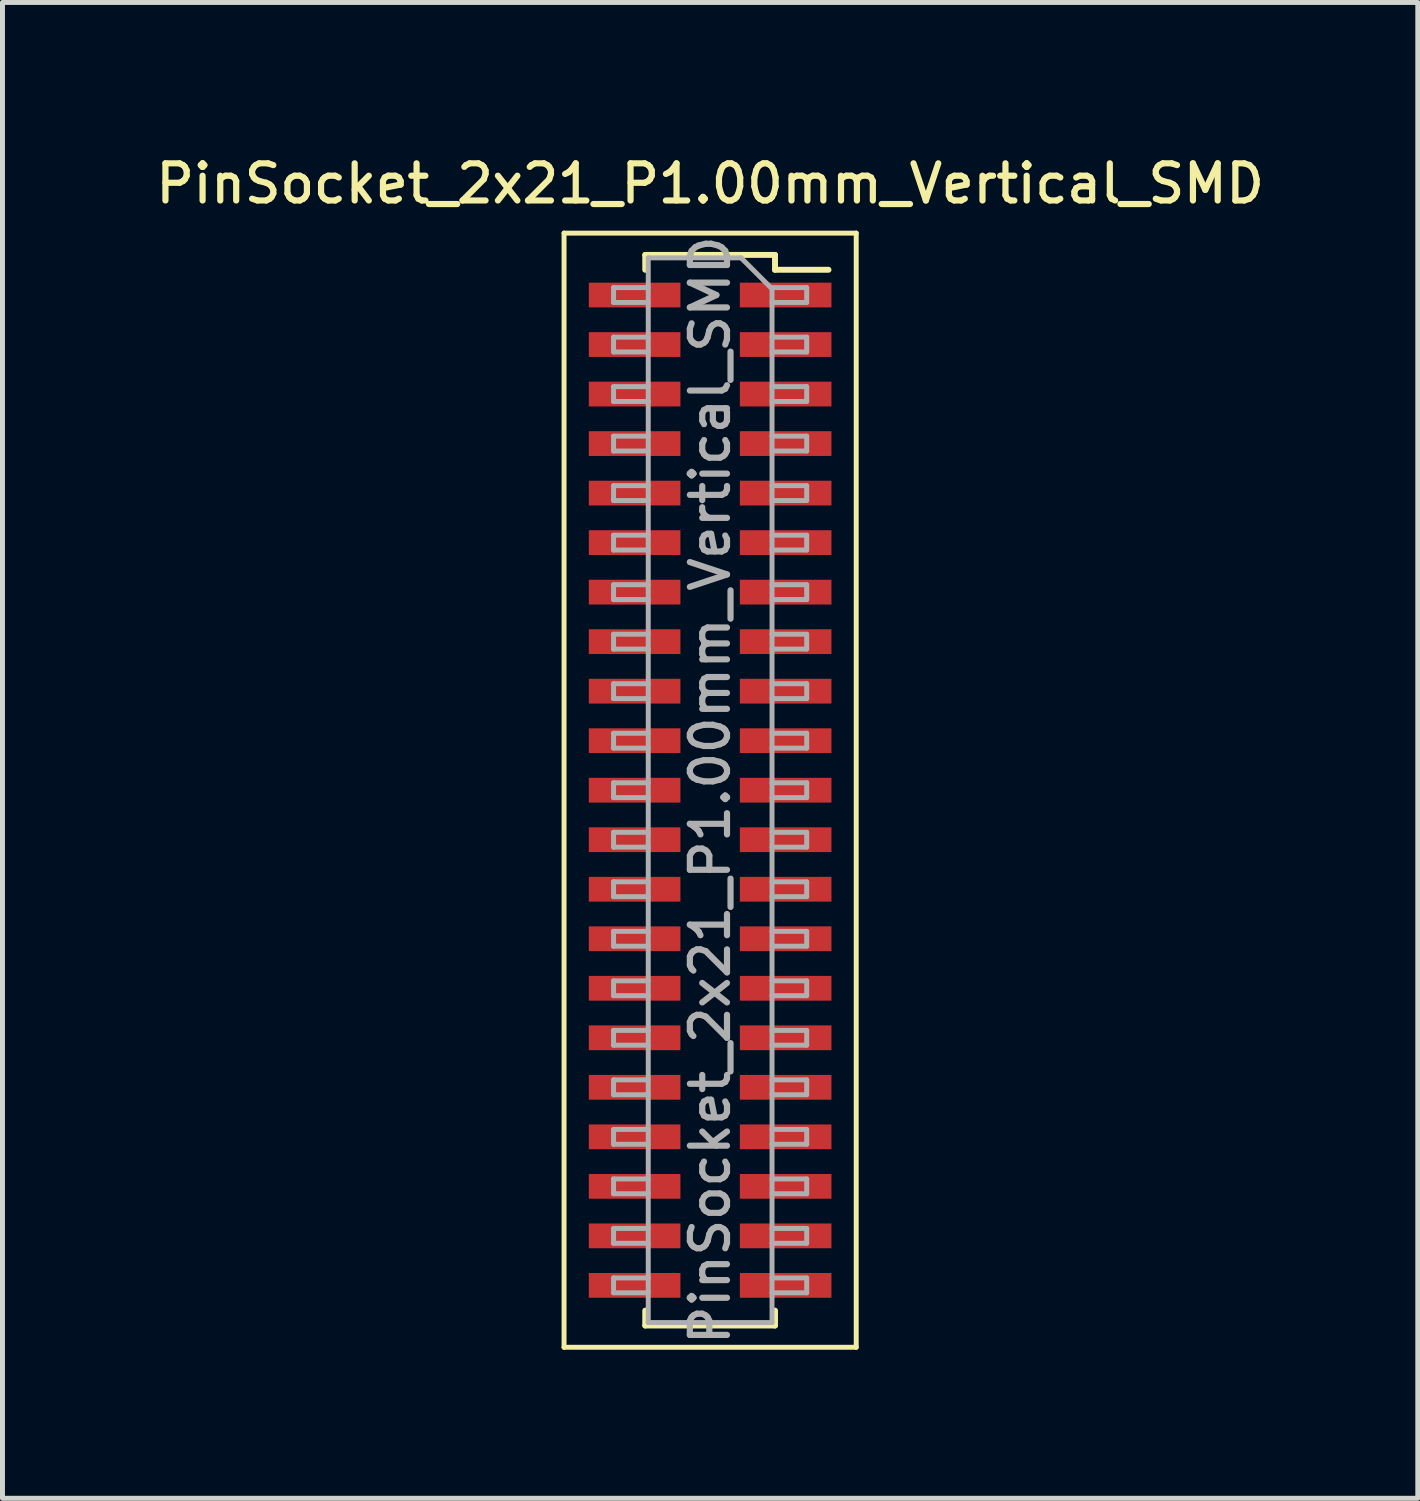
<source format=kicad_pcb>
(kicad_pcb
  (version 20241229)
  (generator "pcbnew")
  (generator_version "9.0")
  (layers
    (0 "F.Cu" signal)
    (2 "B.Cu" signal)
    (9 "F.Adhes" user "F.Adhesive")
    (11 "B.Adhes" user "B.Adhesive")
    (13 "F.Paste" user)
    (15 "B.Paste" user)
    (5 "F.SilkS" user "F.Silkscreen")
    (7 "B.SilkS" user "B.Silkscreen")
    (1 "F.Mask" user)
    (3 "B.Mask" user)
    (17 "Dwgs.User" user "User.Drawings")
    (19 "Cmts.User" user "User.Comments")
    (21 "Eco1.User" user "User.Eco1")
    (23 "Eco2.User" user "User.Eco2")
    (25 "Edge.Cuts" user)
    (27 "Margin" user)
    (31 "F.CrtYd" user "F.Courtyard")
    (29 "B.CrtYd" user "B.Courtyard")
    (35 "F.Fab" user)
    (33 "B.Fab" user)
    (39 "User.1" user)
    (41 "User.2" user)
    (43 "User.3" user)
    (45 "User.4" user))
  (footprint "PinSocket_2x21_P1.00mm_Vertical_SMD"
    (layer "F.Cu")
    (at 11.291 12.908)
    (property "Reference" "PinSocket_2x21_P1.00mm_Vertical_SMD" (at 0 -12.25 0) (layer "F.SilkS") (effects (font (size 0.75 0.75) (thickness 0.125))))
    (attr smd)
    (fp_line (start -2.95 -11.25) (end 2.95 -11.25) (stroke (width 0.1) (type solid)) (layer "F.SilkS"))
    (fp_line (start -2.95 11.25) (end -2.95 -11.25) (stroke (width 0.1) (type solid)) (layer "F.SilkS"))
    (fp_line (start -1.31 -10.81) (end -1.31 -10.51) (stroke (width 0.12) (type solid)) (layer "F.SilkS"))
    (fp_line (start -1.31 -10.81) (end 1.31 -10.81) (stroke (width 0.12) (type solid)) (layer "F.SilkS"))
    (fp_line (start -1.31 10.51) (end -1.31 10.81) (stroke (width 0.12) (type solid)) (layer "F.SilkS"))
    (fp_line (start -1.31 10.81) (end 1.31 10.81) (stroke (width 0.12) (type solid)) (layer "F.SilkS"))
    (fp_line (start 1.31 -10.81) (end 1.31 -10.51) (stroke (width 0.12) (type solid)) (layer "F.SilkS"))
    (fp_line (start 1.31 -10.51) (end 2.39 -10.51) (stroke (width 0.12) (type solid)) (layer "F.SilkS"))
    (fp_line (start 1.31 10.51) (end 1.31 10.81) (stroke (width 0.12) (type solid)) (layer "F.SilkS"))
    (fp_line (start 2.95 -11.25) (end 2.95 11.25) (stroke (width 0.1) (type solid)) (layer "F.SilkS"))
    (fp_line (start 2.95 11.25) (end -2.95 11.25) (stroke (width 0.1) (type solid)) (layer "F.SilkS"))
    (fp_line (start -1.95 -10.15) (end -1.25 -10.15) (stroke (width 0.1) (type solid)) (layer "F.Fab"))
    (fp_line (start -1.95 -9.85) (end -1.95 -10.15) (stroke (width 0.1) (type solid)) (layer "F.Fab"))
    (fp_line (start -1.95 -9.15) (end -1.25 -9.15) (stroke (width 0.1) (type solid)) (layer "F.Fab"))
    (fp_line (start -1.95 -8.85) (end -1.95 -9.15) (stroke (width 0.1) (type solid)) (layer "F.Fab"))
    (fp_line (start -1.95 -8.15) (end -1.25 -8.15) (stroke (width 0.1) (type solid)) (layer "F.Fab"))
    (fp_line (start -1.95 -7.85) (end -1.95 -8.15) (stroke (width 0.1) (type solid)) (layer "F.Fab"))
    (fp_line (start -1.95 -7.15) (end -1.25 -7.15) (stroke (width 0.1) (type solid)) (layer "F.Fab"))
    (fp_line (start -1.95 -6.85) (end -1.95 -7.15) (stroke (width 0.1) (type solid)) (layer "F.Fab"))
    (fp_line (start -1.95 -6.15) (end -1.25 -6.15) (stroke (width 0.1) (type solid)) (layer "F.Fab"))
    (fp_line (start -1.95 -5.85) (end -1.95 -6.15) (stroke (width 0.1) (type solid)) (layer "F.Fab"))
    (fp_line (start -1.95 -5.15) (end -1.25 -5.15) (stroke (width 0.1) (type solid)) (layer "F.Fab"))
    (fp_line (start -1.95 -4.85) (end -1.95 -5.15) (stroke (width 0.1) (type solid)) (layer "F.Fab"))
    (fp_line (start -1.95 -4.15) (end -1.25 -4.15) (stroke (width 0.1) (type solid)) (layer "F.Fab"))
    (fp_line (start -1.95 -3.85) (end -1.95 -4.15) (stroke (width 0.1) (type solid)) (layer "F.Fab"))
    (fp_line (start -1.95 -3.15) (end -1.25 -3.15) (stroke (width 0.1) (type solid)) (layer "F.Fab"))
    (fp_line (start -1.95 -2.85) (end -1.95 -3.15) (stroke (width 0.1) (type solid)) (layer "F.Fab"))
    (fp_line (start -1.95 -2.15) (end -1.25 -2.15) (stroke (width 0.1) (type solid)) (layer "F.Fab"))
    (fp_line (start -1.95 -1.85) (end -1.95 -2.15) (stroke (width 0.1) (type solid)) (layer "F.Fab"))
    (fp_line (start -1.95 -1.15) (end -1.25 -1.15) (stroke (width 0.1) (type solid)) (layer "F.Fab"))
    (fp_line (start -1.95 -0.85) (end -1.95 -1.15) (stroke (width 0.1) (type solid)) (layer "F.Fab"))
    (fp_line (start -1.95 -0.15) (end -1.25 -0.15) (stroke (width 0.1) (type solid)) (layer "F.Fab"))
    (fp_line (start -1.95 0.15) (end -1.95 -0.15) (stroke (width 0.1) (type solid)) (layer "F.Fab"))
    (fp_line (start -1.95 0.85) (end -1.25 0.85) (stroke (width 0.1) (type solid)) (layer "F.Fab"))
    (fp_line (start -1.95 1.15) (end -1.95 0.85) (stroke (width 0.1) (type solid)) (layer "F.Fab"))
    (fp_line (start -1.95 1.85) (end -1.25 1.85) (stroke (width 0.1) (type solid)) (layer "F.Fab"))
    (fp_line (start -1.95 2.15) (end -1.95 1.85) (stroke (width 0.1) (type solid)) (layer "F.Fab"))
    (fp_line (start -1.95 2.85) (end -1.25 2.85) (stroke (width 0.1) (type solid)) (layer "F.Fab"))
    (fp_line (start -1.95 3.15) (end -1.95 2.85) (stroke (width 0.1) (type solid)) (layer "F.Fab"))
    (fp_line (start -1.95 3.85) (end -1.25 3.85) (stroke (width 0.1) (type solid)) (layer "F.Fab"))
    (fp_line (start -1.95 4.15) (end -1.95 3.85) (stroke (width 0.1) (type solid)) (layer "F.Fab"))
    (fp_line (start -1.95 4.85) (end -1.25 4.85) (stroke (width 0.1) (type solid)) (layer "F.Fab"))
    (fp_line (start -1.95 5.15) (end -1.95 4.85) (stroke (width 0.1) (type solid)) (layer "F.Fab"))
    (fp_line (start -1.95 5.85) (end -1.25 5.85) (stroke (width 0.1) (type solid)) (layer "F.Fab"))
    (fp_line (start -1.95 6.15) (end -1.95 5.85) (stroke (width 0.1) (type solid)) (layer "F.Fab"))
    (fp_line (start -1.95 6.85) (end -1.25 6.85) (stroke (width 0.1) (type solid)) (layer "F.Fab"))
    (fp_line (start -1.95 7.15) (end -1.95 6.85) (stroke (width 0.1) (type solid)) (layer "F.Fab"))
    (fp_line (start -1.95 7.85) (end -1.25 7.85) (stroke (width 0.1) (type solid)) (layer "F.Fab"))
    (fp_line (start -1.95 8.15) (end -1.95 7.85) (stroke (width 0.1) (type solid)) (layer "F.Fab"))
    (fp_line (start -1.95 8.85) (end -1.25 8.85) (stroke (width 0.1) (type solid)) (layer "F.Fab"))
    (fp_line (start -1.95 9.15) (end -1.95 8.85) (stroke (width 0.1) (type solid)) (layer "F.Fab"))
    (fp_line (start -1.95 9.85) (end -1.25 9.85) (stroke (width 0.1) (type solid)) (layer "F.Fab"))
    (fp_line (start -1.95 10.15) (end -1.95 9.85) (stroke (width 0.1) (type solid)) (layer "F.Fab"))
    (fp_line (start -1.25 -10.75) (end 0.625 -10.75) (stroke (width 0.1) (type solid)) (layer "F.Fab"))
    (fp_line (start -1.25 -9.85) (end -1.95 -9.85) (stroke (width 0.1) (type solid)) (layer "F.Fab"))
    (fp_line (start -1.25 -8.85) (end -1.95 -8.85) (stroke (width 0.1) (type solid)) (layer "F.Fab"))
    (fp_line (start -1.25 -7.85) (end -1.95 -7.85) (stroke (width 0.1) (type solid)) (layer "F.Fab"))
    (fp_line (start -1.25 -6.85) (end -1.95 -6.85) (stroke (width 0.1) (type solid)) (layer "F.Fab"))
    (fp_line (start -1.25 -5.85) (end -1.95 -5.85) (stroke (width 0.1) (type solid)) (layer "F.Fab"))
    (fp_line (start -1.25 -4.85) (end -1.95 -4.85) (stroke (width 0.1) (type solid)) (layer "F.Fab"))
    (fp_line (start -1.25 -3.85) (end -1.95 -3.85) (stroke (width 0.1) (type solid)) (layer "F.Fab"))
    (fp_line (start -1.25 -2.85) (end -1.95 -2.85) (stroke (width 0.1) (type solid)) (layer "F.Fab"))
    (fp_line (start -1.25 -1.85) (end -1.95 -1.85) (stroke (width 0.1) (type solid)) (layer "F.Fab"))
    (fp_line (start -1.25 -0.85) (end -1.95 -0.85) (stroke (width 0.1) (type solid)) (layer "F.Fab"))
    (fp_line (start -1.25 0.15) (end -1.95 0.15) (stroke (width 0.1) (type solid)) (layer "F.Fab"))
    (fp_line (start -1.25 1.15) (end -1.95 1.15) (stroke (width 0.1) (type solid)) (layer "F.Fab"))
    (fp_line (start -1.25 2.15) (end -1.95 2.15) (stroke (width 0.1) (type solid)) (layer "F.Fab"))
    (fp_line (start -1.25 3.15) (end -1.95 3.15) (stroke (width 0.1) (type solid)) (layer "F.Fab"))
    (fp_line (start -1.25 4.15) (end -1.95 4.15) (stroke (width 0.1) (type solid)) (layer "F.Fab"))
    (fp_line (start -1.25 5.15) (end -1.95 5.15) (stroke (width 0.1) (type solid)) (layer "F.Fab"))
    (fp_line (start -1.25 6.15) (end -1.95 6.15) (stroke (width 0.1) (type solid)) (layer "F.Fab"))
    (fp_line (start -1.25 7.15) (end -1.95 7.15) (stroke (width 0.1) (type solid)) (layer "F.Fab"))
    (fp_line (start -1.25 8.15) (end -1.95 8.15) (stroke (width 0.1) (type solid)) (layer "F.Fab"))
    (fp_line (start -1.25 9.15) (end -1.95 9.15) (stroke (width 0.1) (type solid)) (layer "F.Fab"))
    (fp_line (start -1.25 10.15) (end -1.95 10.15) (stroke (width 0.1) (type solid)) (layer "F.Fab"))
    (fp_line (start -1.25 10.75) (end -1.25 -10.75) (stroke (width 0.1) (type solid)) (layer "F.Fab"))
    (fp_line (start 0.625 -10.75) (end 1.25 -10.125) (stroke (width 0.1) (type solid)) (layer "F.Fab"))
    (fp_line (start 1.25 -10.15) (end 1.95 -10.15) (stroke (width 0.1) (type solid)) (layer "F.Fab"))
    (fp_line (start 1.25 -10.125) (end 1.25 10.75) (stroke (width 0.1) (type solid)) (layer "F.Fab"))
    (fp_line (start 1.25 -9.15) (end 1.95 -9.15) (stroke (width 0.1) (type solid)) (layer "F.Fab"))
    (fp_line (start 1.25 -8.15) (end 1.95 -8.15) (stroke (width 0.1) (type solid)) (layer "F.Fab"))
    (fp_line (start 1.25 -7.15) (end 1.95 -7.15) (stroke (width 0.1) (type solid)) (layer "F.Fab"))
    (fp_line (start 1.25 -6.15) (end 1.95 -6.15) (stroke (width 0.1) (type solid)) (layer "F.Fab"))
    (fp_line (start 1.25 -5.15) (end 1.95 -5.15) (stroke (width 0.1) (type solid)) (layer "F.Fab"))
    (fp_line (start 1.25 -4.15) (end 1.95 -4.15) (stroke (width 0.1) (type solid)) (layer "F.Fab"))
    (fp_line (start 1.25 -3.15) (end 1.95 -3.15) (stroke (width 0.1) (type solid)) (layer "F.Fab"))
    (fp_line (start 1.25 -2.15) (end 1.95 -2.15) (stroke (width 0.1) (type solid)) (layer "F.Fab"))
    (fp_line (start 1.25 -1.15) (end 1.95 -1.15) (stroke (width 0.1) (type solid)) (layer "F.Fab"))
    (fp_line (start 1.25 -0.15) (end 1.95 -0.15) (stroke (width 0.1) (type solid)) (layer "F.Fab"))
    (fp_line (start 1.25 0.85) (end 1.95 0.85) (stroke (width 0.1) (type solid)) (layer "F.Fab"))
    (fp_line (start 1.25 1.85) (end 1.95 1.85) (stroke (width 0.1) (type solid)) (layer "F.Fab"))
    (fp_line (start 1.25 2.85) (end 1.95 2.85) (stroke (width 0.1) (type solid)) (layer "F.Fab"))
    (fp_line (start 1.25 3.85) (end 1.95 3.85) (stroke (width 0.1) (type solid)) (layer "F.Fab"))
    (fp_line (start 1.25 4.85) (end 1.95 4.85) (stroke (width 0.1) (type solid)) (layer "F.Fab"))
    (fp_line (start 1.25 5.85) (end 1.95 5.85) (stroke (width 0.1) (type solid)) (layer "F.Fab"))
    (fp_line (start 1.25 6.85) (end 1.95 6.85) (stroke (width 0.1) (type solid)) (layer "F.Fab"))
    (fp_line (start 1.25 7.85) (end 1.95 7.85) (stroke (width 0.1) (type solid)) (layer "F.Fab"))
    (fp_line (start 1.25 8.85) (end 1.95 8.85) (stroke (width 0.1) (type solid)) (layer "F.Fab"))
    (fp_line (start 1.25 9.85) (end 1.95 9.85) (stroke (width 0.1) (type solid)) (layer "F.Fab"))
    (fp_line (start 1.25 10.75) (end -1.25 10.75) (stroke (width 0.1) (type solid)) (layer "F.Fab"))
    (fp_line (start 1.95 -10.15) (end 1.95 -9.85) (stroke (width 0.1) (type solid)) (layer "F.Fab"))
    (fp_line (start 1.95 -9.85) (end 1.25 -9.85) (stroke (width 0.1) (type solid)) (layer "F.Fab"))
    (fp_line (start 1.95 -9.15) (end 1.95 -8.85) (stroke (width 0.1) (type solid)) (layer "F.Fab"))
    (fp_line (start 1.95 -8.85) (end 1.25 -8.85) (stroke (width 0.1) (type solid)) (layer "F.Fab"))
    (fp_line (start 1.95 -8.15) (end 1.95 -7.85) (stroke (width 0.1) (type solid)) (layer "F.Fab"))
    (fp_line (start 1.95 -7.85) (end 1.25 -7.85) (stroke (width 0.1) (type solid)) (layer "F.Fab"))
    (fp_line (start 1.95 -7.15) (end 1.95 -6.85) (stroke (width 0.1) (type solid)) (layer "F.Fab"))
    (fp_line (start 1.95 -6.85) (end 1.25 -6.85) (stroke (width 0.1) (type solid)) (layer "F.Fab"))
    (fp_line (start 1.95 -6.15) (end 1.95 -5.85) (stroke (width 0.1) (type solid)) (layer "F.Fab"))
    (fp_line (start 1.95 -5.85) (end 1.25 -5.85) (stroke (width 0.1) (type solid)) (layer "F.Fab"))
    (fp_line (start 1.95 -5.15) (end 1.95 -4.85) (stroke (width 0.1) (type solid)) (layer "F.Fab"))
    (fp_line (start 1.95 -4.85) (end 1.25 -4.85) (stroke (width 0.1) (type solid)) (layer "F.Fab"))
    (fp_line (start 1.95 -4.15) (end 1.95 -3.85) (stroke (width 0.1) (type solid)) (layer "F.Fab"))
    (fp_line (start 1.95 -3.85) (end 1.25 -3.85) (stroke (width 0.1) (type solid)) (layer "F.Fab"))
    (fp_line (start 1.95 -3.15) (end 1.95 -2.85) (stroke (width 0.1) (type solid)) (layer "F.Fab"))
    (fp_line (start 1.95 -2.85) (end 1.25 -2.85) (stroke (width 0.1) (type solid)) (layer "F.Fab"))
    (fp_line (start 1.95 -2.15) (end 1.95 -1.85) (stroke (width 0.1) (type solid)) (layer "F.Fab"))
    (fp_line (start 1.95 -1.85) (end 1.25 -1.85) (stroke (width 0.1) (type solid)) (layer "F.Fab"))
    (fp_line (start 1.95 -1.15) (end 1.95 -0.85) (stroke (width 0.1) (type solid)) (layer "F.Fab"))
    (fp_line (start 1.95 -0.85) (end 1.25 -0.85) (stroke (width 0.1) (type solid)) (layer "F.Fab"))
    (fp_line (start 1.95 -0.15) (end 1.95 0.15) (stroke (width 0.1) (type solid)) (layer "F.Fab"))
    (fp_line (start 1.95 0.15) (end 1.25 0.15) (stroke (width 0.1) (type solid)) (layer "F.Fab"))
    (fp_line (start 1.95 0.85) (end 1.95 1.15) (stroke (width 0.1) (type solid)) (layer "F.Fab"))
    (fp_line (start 1.95 1.15) (end 1.25 1.15) (stroke (width 0.1) (type solid)) (layer "F.Fab"))
    (fp_line (start 1.95 1.85) (end 1.95 2.15) (stroke (width 0.1) (type solid)) (layer "F.Fab"))
    (fp_line (start 1.95 2.15) (end 1.25 2.15) (stroke (width 0.1) (type solid)) (layer "F.Fab"))
    (fp_line (start 1.95 2.85) (end 1.95 3.15) (stroke (width 0.1) (type solid)) (layer "F.Fab"))
    (fp_line (start 1.95 3.15) (end 1.25 3.15) (stroke (width 0.1) (type solid)) (layer "F.Fab"))
    (fp_line (start 1.95 3.85) (end 1.95 4.15) (stroke (width 0.1) (type solid)) (layer "F.Fab"))
    (fp_line (start 1.95 4.15) (end 1.25 4.15) (stroke (width 0.1) (type solid)) (layer "F.Fab"))
    (fp_line (start 1.95 4.85) (end 1.95 5.15) (stroke (width 0.1) (type solid)) (layer "F.Fab"))
    (fp_line (start 1.95 5.15) (end 1.25 5.15) (stroke (width 0.1) (type solid)) (layer "F.Fab"))
    (fp_line (start 1.95 5.85) (end 1.95 6.15) (stroke (width 0.1) (type solid)) (layer "F.Fab"))
    (fp_line (start 1.95 6.15) (end 1.25 6.15) (stroke (width 0.1) (type solid)) (layer "F.Fab"))
    (fp_line (start 1.95 6.85) (end 1.95 7.15) (stroke (width 0.1) (type solid)) (layer "F.Fab"))
    (fp_line (start 1.95 7.15) (end 1.25 7.15) (stroke (width 0.1) (type solid)) (layer "F.Fab"))
    (fp_line (start 1.95 7.85) (end 1.95 8.15) (stroke (width 0.1) (type solid)) (layer "F.Fab"))
    (fp_line (start 1.95 8.15) (end 1.25 8.15) (stroke (width 0.1) (type solid)) (layer "F.Fab"))
    (fp_line (start 1.95 8.85) (end 1.95 9.15) (stroke (width 0.1) (type solid)) (layer "F.Fab"))
    (fp_line (start 1.95 9.15) (end 1.25 9.15) (stroke (width 0.1) (type solid)) (layer "F.Fab"))
    (fp_line (start 1.95 9.85) (end 1.95 10.15) (stroke (width 0.1) (type solid)) (layer "F.Fab"))
    (fp_line (start 1.95 10.15) (end 1.25 10.15) (stroke (width 0.1) (type solid)) (layer "F.Fab"))
    (fp_text user "${REFERENCE}" (at 0 0 90) (layer "F.Fab") (effects (font (size 0.75 0.75) (thickness 0.125))))
    (pad "1" smd rect (at 1.525 -10) (size 1.85 0.5) (layers "F.Cu" "F.Mask" "F.Paste"))
    (pad "2" smd rect (at -1.525 -10) (size 1.85 0.5) (layers "F.Cu" "F.Mask" "F.Paste"))
    (pad "3" smd rect (at 1.525 -9) (size 1.85 0.5) (layers "F.Cu" "F.Mask" "F.Paste"))
    (pad "4" smd rect (at -1.525 -9) (size 1.85 0.5) (layers "F.Cu" "F.Mask" "F.Paste"))
    (pad "5" smd rect (at 1.525 -8) (size 1.85 0.5) (layers "F.Cu" "F.Mask" "F.Paste"))
    (pad "6" smd rect (at -1.525 -8) (size 1.85 0.5) (layers "F.Cu" "F.Mask" "F.Paste"))
    (pad "7" smd rect (at 1.525 -7) (size 1.85 0.5) (layers "F.Cu" "F.Mask" "F.Paste"))
    (pad "8" smd rect (at -1.525 -7) (size 1.85 0.5) (layers "F.Cu" "F.Mask" "F.Paste"))
    (pad "9" smd rect (at 1.525 -6) (size 1.85 0.5) (layers "F.Cu" "F.Mask" "F.Paste"))
    (pad "10" smd rect (at -1.525 -6) (size 1.85 0.5) (layers "F.Cu" "F.Mask" "F.Paste"))
    (pad "11" smd rect (at 1.525 -5) (size 1.85 0.5) (layers "F.Cu" "F.Mask" "F.Paste"))
    (pad "12" smd rect (at -1.525 -5) (size 1.85 0.5) (layers "F.Cu" "F.Mask" "F.Paste"))
    (pad "13" smd rect (at 1.525 -4) (size 1.85 0.5) (layers "F.Cu" "F.Mask" "F.Paste"))
    (pad "14" smd rect (at -1.525 -4) (size 1.85 0.5) (layers "F.Cu" "F.Mask" "F.Paste"))
    (pad "15" smd rect (at 1.525 -3) (size 1.85 0.5) (layers "F.Cu" "F.Mask" "F.Paste"))
    (pad "16" smd rect (at -1.525 -3) (size 1.85 0.5) (layers "F.Cu" "F.Mask" "F.Paste"))
    (pad "17" smd rect (at 1.525 -2) (size 1.85 0.5) (layers "F.Cu" "F.Mask" "F.Paste"))
    (pad "18" smd rect (at -1.525 -2) (size 1.85 0.5) (layers "F.Cu" "F.Mask" "F.Paste"))
    (pad "19" smd rect (at 1.525 -1) (size 1.85 0.5) (layers "F.Cu" "F.Mask" "F.Paste"))
    (pad "20" smd rect (at -1.525 -1) (size 1.85 0.5) (layers "F.Cu" "F.Mask" "F.Paste"))
    (pad "21" smd rect (at 1.525 0) (size 1.85 0.5) (layers "F.Cu" "F.Mask" "F.Paste"))
    (pad "22" smd rect (at -1.525 0) (size 1.85 0.5) (layers "F.Cu" "F.Mask" "F.Paste"))
    (pad "23" smd rect (at 1.525 1) (size 1.85 0.5) (layers "F.Cu" "F.Mask" "F.Paste"))
    (pad "24" smd rect (at -1.525 1) (size 1.85 0.5) (layers "F.Cu" "F.Mask" "F.Paste"))
    (pad "25" smd rect (at 1.525 2) (size 1.85 0.5) (layers "F.Cu" "F.Mask" "F.Paste"))
    (pad "26" smd rect (at -1.525 2) (size 1.85 0.5) (layers "F.Cu" "F.Mask" "F.Paste"))
    (pad "27" smd rect (at 1.525 3) (size 1.85 0.5) (layers "F.Cu" "F.Mask" "F.Paste"))
    (pad "28" smd rect (at -1.525 3) (size 1.85 0.5) (layers "F.Cu" "F.Mask" "F.Paste"))
    (pad "29" smd rect (at 1.525 4) (size 1.85 0.5) (layers "F.Cu" "F.Mask" "F.Paste"))
    (pad "30" smd rect (at -1.525 4) (size 1.85 0.5) (layers "F.Cu" "F.Mask" "F.Paste"))
    (pad "31" smd rect (at 1.525 5) (size 1.85 0.5) (layers "F.Cu" "F.Mask" "F.Paste"))
    (pad "32" smd rect (at -1.525 5) (size 1.85 0.5) (layers "F.Cu" "F.Mask" "F.Paste"))
    (pad "33" smd rect (at 1.525 6) (size 1.85 0.5) (layers "F.Cu" "F.Mask" "F.Paste"))
    (pad "34" smd rect (at -1.525 6) (size 1.85 0.5) (layers "F.Cu" "F.Mask" "F.Paste"))
    (pad "35" smd rect (at 1.525 7) (size 1.85 0.5) (layers "F.Cu" "F.Mask" "F.Paste"))
    (pad "36" smd rect (at -1.525 7) (size 1.85 0.5) (layers "F.Cu" "F.Mask" "F.Paste"))
    (pad "37" smd rect (at 1.525 8) (size 1.85 0.5) (layers "F.Cu" "F.Mask" "F.Paste"))
    (pad "38" smd rect (at -1.525 8) (size 1.85 0.5) (layers "F.Cu" "F.Mask" "F.Paste"))
    (pad "39" smd rect (at 1.525 9) (size 1.85 0.5) (layers "F.Cu" "F.Mask" "F.Paste"))
    (pad "40" smd rect (at -1.525 9) (size 1.85 0.5) (layers "F.Cu" "F.Mask" "F.Paste"))
    (pad "41" smd rect (at 1.525 10) (size 1.85 0.5) (layers "F.Cu" "F.Mask" "F.Paste"))
    (pad "42" smd rect (at -1.525 10) (size 1.85 0.5) (layers "F.Cu" "F.Mask" "F.Paste")))
  (gr_rect
    (start -3 -3)
    (end 25.582 27.208)
    (stroke (width 0.1) (type default))
    (fill no)
    (layer "Edge.Cuts")))
</source>
